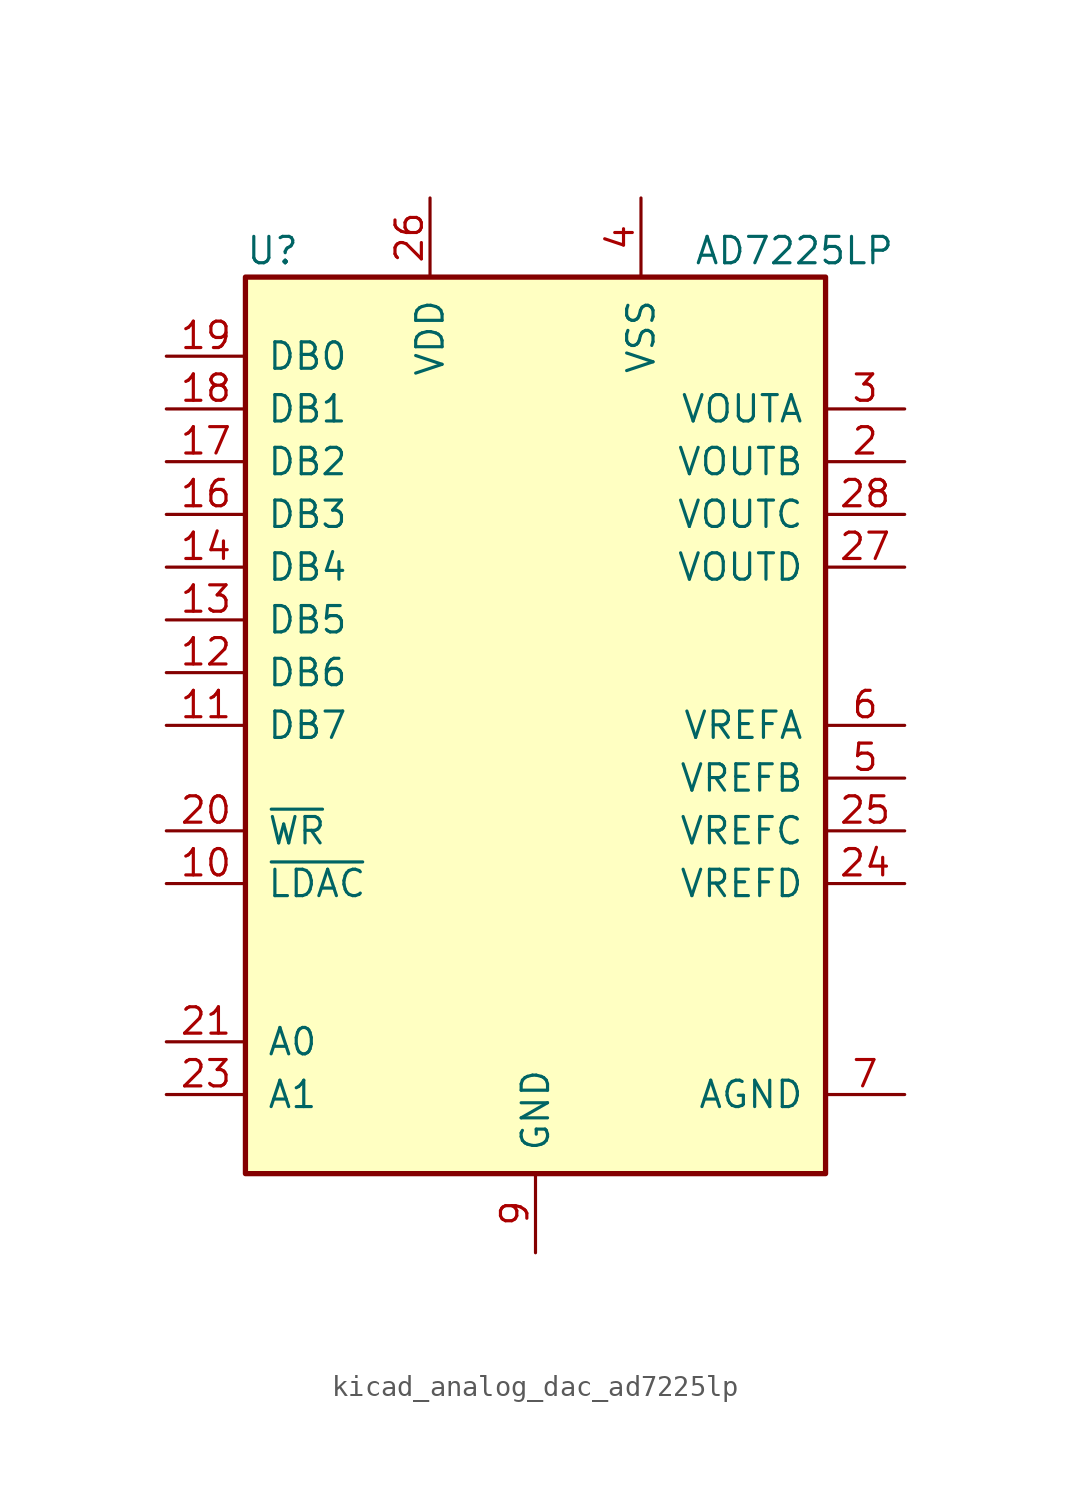
<source format=kicad_sym>
(kicad_symbol_lib
  (version 20220914)
  (generator kicad_symbol_editor)
  (symbol "kicad_analog_dac_ad7225lp"
    (pin_names
      (offset 1.016))
    (property "Reference" "U"
      (at -13.97 22.86 0)
      (effects (font (size 1.27 1.27)) (justify left)))
    (property "Value" "AD7225LP"
      (at 7.62 22.86 0)
      (effects (font (size 1.27 1.27)) (justify left)))
    (symbol "kicad_analog_dac_ad7225lp_0_1"
      (rectangle (start -13.97 -21.59) (end 13.97 21.59) (stroke (width 0.254) (type default)) (fill (type background))))
    (symbol "kicad_analog_dac_ad7225lp_1_1"
      (pin input line (at -17.78 -7.62 0) (length 3.81) (name "~{LDAC}" (effects (font (size 1.27 1.27)))) (number "10" (effects (font (size 1.27 1.27)))))
      (pin input line (at -17.78 0 0) (length 3.81) (name "DB7" (effects (font (size 1.27 1.27)))) (number "11" (effects (font (size 1.27 1.27)))))
      (pin input line (at -17.78 2.54 0) (length 3.81) (name "DB6" (effects (font (size 1.27 1.27)))) (number "12" (effects (font (size 1.27 1.27)))))
      (pin input line (at -17.78 5.08 0) (length 3.81) (name "DB5" (effects (font (size 1.27 1.27)))) (number "13" (effects (font (size 1.27 1.27)))))
      (pin input line (at -17.78 7.62 0) (length 3.81) (name "DB4" (effects (font (size 1.27 1.27)))) (number "14" (effects (font (size 1.27 1.27)))))
      (pin input line (at -17.78 10.16 0) (length 3.81) (name "DB3" (effects (font (size 1.27 1.27)))) (number "16" (effects (font (size 1.27 1.27)))))
      (pin input line (at -17.78 12.7 0) (length 3.81) (name "DB2" (effects (font (size 1.27 1.27)))) (number "17" (effects (font (size 1.27 1.27)))))
      (pin input line (at -17.78 15.24 0) (length 3.81) (name "DB1" (effects (font (size 1.27 1.27)))) (number "18" (effects (font (size 1.27 1.27)))))
      (pin input line (at -17.78 17.78 0) (length 3.81) (name "DB0" (effects (font (size 1.27 1.27)))) (number "19" (effects (font (size 1.27 1.27)))))
      (pin output line (at 17.78 12.7 180) (length 3.81) (name "VOUTB" (effects (font (size 1.27 1.27)))) (number "2" (effects (font (size 1.27 1.27)))))
      (pin input line (at -17.78 -5.08 0) (length 3.81) (name "~{WR}" (effects (font (size 1.27 1.27)))) (number "20" (effects (font (size 1.27 1.27)))))
      (pin input line (at -17.78 -15.24 0) (length 3.81) (name "A0" (effects (font (size 1.27 1.27)))) (number "21" (effects (font (size 1.27 1.27)))))
      (pin input line (at -17.78 -17.78 0) (length 3.81) (name "A1" (effects (font (size 1.27 1.27)))) (number "23" (effects (font (size 1.27 1.27)))))
      (pin input line (at 17.78 -7.62 180) (length 3.81) (name "VREFD" (effects (font (size 1.27 1.27)))) (number "24" (effects (font (size 1.27 1.27)))))
      (pin input line (at 17.78 -5.08 180) (length 3.81) (name "VREFC" (effects (font (size 1.27 1.27)))) (number "25" (effects (font (size 1.27 1.27)))))
      (pin power_in line (at -5.08 25.4 270) (length 3.81) (name "VDD" (effects (font (size 1.27 1.27)))) (number "26" (effects (font (size 1.27 1.27)))))
      (pin output line (at 17.78 7.62 180) (length 3.81) (name "VOUTD" (effects (font (size 1.27 1.27)))) (number "27" (effects (font (size 1.27 1.27)))))
      (pin output line (at 17.78 10.16 180) (length 3.81) (name "VOUTC" (effects (font (size 1.27 1.27)))) (number "28" (effects (font (size 1.27 1.27)))))
      (pin output line (at 17.78 15.24 180) (length 3.81) (name "VOUTA" (effects (font (size 1.27 1.27)))) (number "3" (effects (font (size 1.27 1.27)))))
      (pin power_in line (at 5.08 25.4 270) (length 3.81) (name "VSS" (effects (font (size 1.27 1.27)))) (number "4" (effects (font (size 1.27 1.27)))))
      (pin input line (at 17.78 -2.54 180) (length 3.81) (name "VREFB" (effects (font (size 1.27 1.27)))) (number "5" (effects (font (size 1.27 1.27)))))
      (pin input line (at 17.78 0 180) (length 3.81) (name "VREFA" (effects (font (size 1.27 1.27)))) (number "6" (effects (font (size 1.27 1.27)))))
      (pin input line (at 17.78 -17.78 180) (length 3.81) (name "AGND" (effects (font (size 1.27 1.27)))) (number "7" (effects (font (size 1.27 1.27)))))
      (pin power_in line (at 0 -25.4 90) (length 3.81) (name "GND" (effects (font (size 1.27 1.27)))) (number "9" (effects (font (size 1.27 1.27))))))))
</source>
